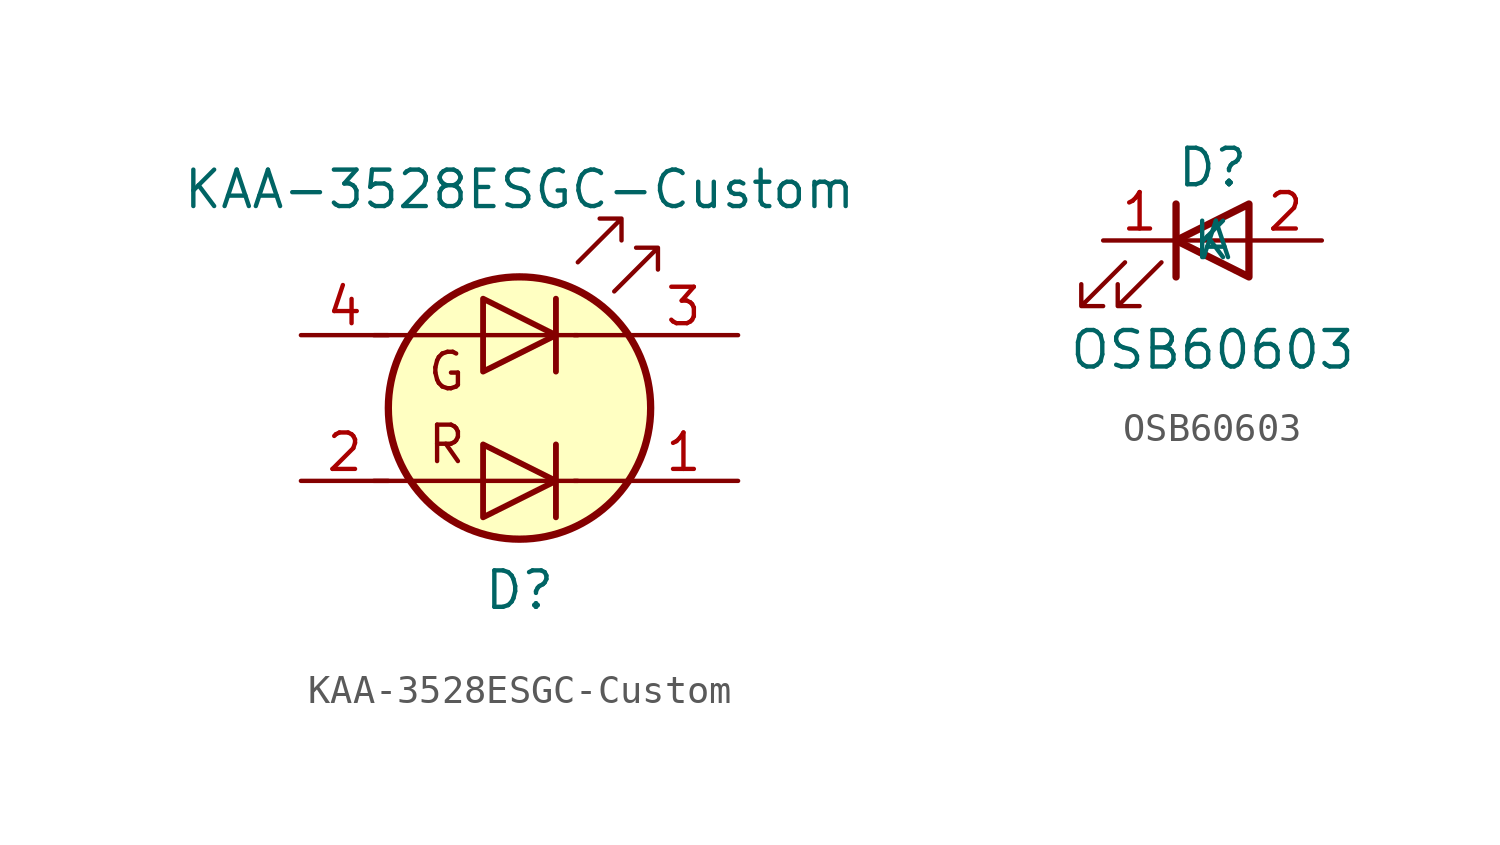
<source format=kicad_sym>
(kicad_symbol_lib
  (version 20211014)
  (generator kicad_symbol_editor)
  (symbol "KAA-3528ESGC-Custom"
    (pin_names
      (offset 1.016))
    (property "Reference" "D"
      (at 0 -6.35 0)
      (effects (font (size 1.27 1.27))))
    (property "Value" "KAA-3528ESGC-Custom"
      (at 0 7.62 0)
      (effects (font (size 1.27 1.27))))
    (symbol "KAA-3528ESGC-Custom_0_0"
      (text "G" (at -2.54 1.27 0) (effects (font (size 1.27 1.27))))
      (text "R" (at -2.54 -1.27 0) (effects (font (size 1.27 1.27)))))
    (symbol "KAA-3528ESGC-Custom_1_1"
      (polyline (pts (xy -5.08 -2.54) (xy 2.032 -2.54)) (stroke (width 0) (type default) (color 0 0 0 0)) (fill (type none)))
      (polyline (pts (xy -5.08 2.54) (xy 2.032 2.54)) (stroke (width 0) (type default) (color 0 0 0 0)) (fill (type none)))
      (polyline (pts (xy 1.27 -1.27) (xy 1.27 -3.81)) (stroke (width 0.203) (type default) (color 0 0 0 0)) (fill (type none)))
      (polyline (pts (xy 1.27 3.81) (xy 1.27 1.27)) (stroke (width 0.203) (type default) (color 0 0 0 0)) (fill (type none)))
      (polyline (pts (xy 3.81 -2.54) (xy 1.905 -2.54)) (stroke (width 0) (type default) (color 0 0 0 0)) (fill (type none)))
      (polyline (pts (xy 3.81 2.54) (xy 1.905 2.54)) (stroke (width 0) (type default) (color 0 0 0 0)) (fill (type none)))
      (polyline (pts (xy -1.27 -1.27) (xy -1.27 -3.81) (xy 1.27 -2.54) (xy -1.27 -1.27)) (stroke (width 0.203) (type default) (color 0 0 0 0)) (fill (type none)))
      (polyline (pts (xy -1.27 3.81) (xy -1.27 1.27) (xy 1.27 2.54) (xy -1.27 3.81)) (stroke (width 0.203) (type default) (color 0 0 0 0)) (fill (type none)))
      (polyline (pts (xy 2.032 5.08) (xy 3.556 6.604) (xy 2.794 6.604) (xy 3.556 6.604) (xy 3.556 5.842)) (stroke (width 0) (type default) (color 0 0 0 0)) (fill (type none)))
      (polyline (pts (xy 3.302 4.064) (xy 4.826 5.588) (xy 4.064 5.588) (xy 4.826 5.588) (xy 4.826 4.826)) (stroke (width 0) (type default) (color 0 0 0 0)) (fill (type none)))
      (circle (center 0 0) (radius 4.572) (stroke (width 0.254) (type default) (color 0 0 0 0)) (fill (type background)))
      (pin input line (at 7.62 -2.54 180) (length 3.81) (name "~" (effects (font (size 1.27 1.27)))) (number "1" (effects (font (size 1.27 1.27)))))
      (pin input line (at -7.62 -2.54 0) (length 3.048) (name "~" (effects (font (size 1.27 1.27)))) (number "2" (effects (font (size 1.27 1.27)))))
      (pin input line (at 7.62 2.54 180) (length 3.81) (name "~" (effects (font (size 1.27 1.27)))) (number "3" (effects (font (size 1.27 1.27)))))
      (pin input line (at -7.62 2.54 0) (length 3.048) (name "~" (effects (font (size 1.27 1.27)))) (number "4" (effects (font (size 1.27 1.27)))))))
  (symbol "OSB60603"
    (property "Reference" "D"
      (at 1.27 2.54 0)
      (effects (font (size 1.27 1.27))))
    (property "Value" "OSB60603"
      (at 1.27 -3.81 0)
      (effects (font (size 1.27 1.27))))
    (symbol "OSB60603_0_1"
      (polyline (pts (xy 0 -1.27) (xy 0 1.27)) (stroke (width 0.254) (type default) (color 0 0 0 0)) (fill (type none)))
      (polyline (pts (xy 0 0) (xy 2.54 0)) (stroke (width 0) (type default) (color 0 0 0 0)) (fill (type none)))
      (polyline (pts (xy 2.54 -1.27) (xy 2.54 1.27) (xy 0 0) (xy 2.54 -1.27)) (stroke (width 0.254) (type default) (color 0 0 0 0)) (fill (type none)))
      (polyline (pts (xy -1.778 -0.762) (xy -3.302 -2.286) (xy -2.54 -2.286) (xy -3.302 -2.286) (xy -3.302 -1.524)) (stroke (width 0) (type default) (color 0 0 0 0)) (fill (type none)))
      (polyline (pts (xy -0.508 -0.762) (xy -2.032 -2.286) (xy -1.27 -2.286) (xy -2.032 -2.286) (xy -2.032 -1.524)) (stroke (width 0) (type default) (color 0 0 0 0)) (fill (type none))))
    (symbol "OSB60603_1_1"
      (pin passive line (at -2.54 0 0) (length 2.54) (name "K" (effects (font (size 1.27 1.27)))) (number "1" (effects (font (size 1.27 1.27)))))
      (pin passive line (at 5.08 0 180) (length 2.54) (name "A" (effects (font (size 1.27 1.27)))) (number "2" (effects (font (size 1.27 1.27))))))))
</source>
